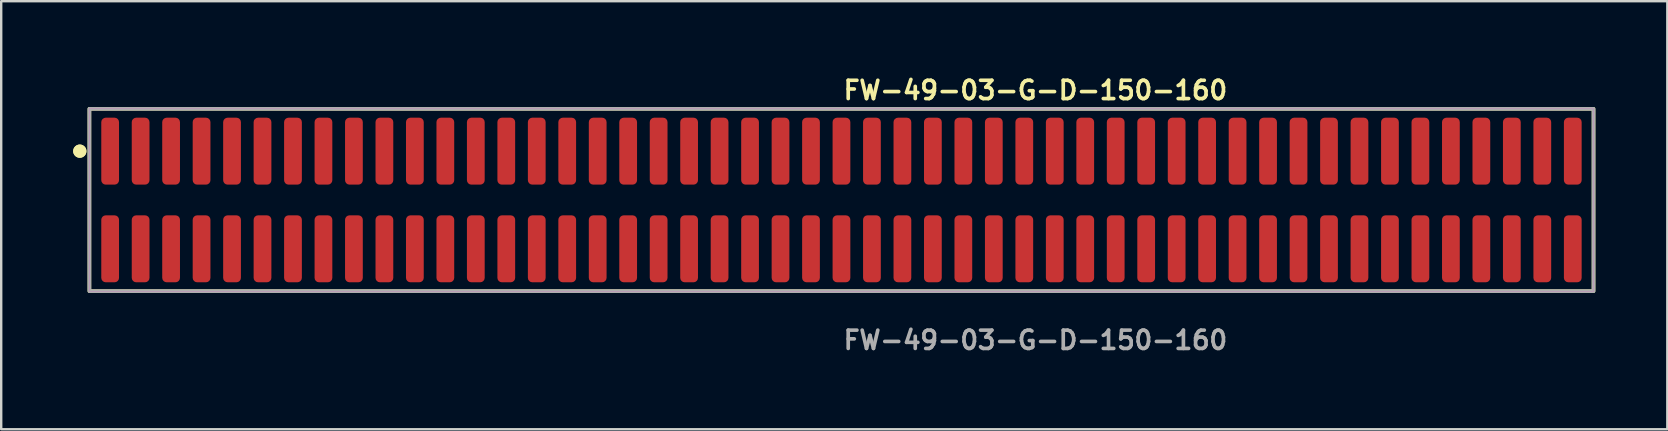
<source format=kicad_pcb>
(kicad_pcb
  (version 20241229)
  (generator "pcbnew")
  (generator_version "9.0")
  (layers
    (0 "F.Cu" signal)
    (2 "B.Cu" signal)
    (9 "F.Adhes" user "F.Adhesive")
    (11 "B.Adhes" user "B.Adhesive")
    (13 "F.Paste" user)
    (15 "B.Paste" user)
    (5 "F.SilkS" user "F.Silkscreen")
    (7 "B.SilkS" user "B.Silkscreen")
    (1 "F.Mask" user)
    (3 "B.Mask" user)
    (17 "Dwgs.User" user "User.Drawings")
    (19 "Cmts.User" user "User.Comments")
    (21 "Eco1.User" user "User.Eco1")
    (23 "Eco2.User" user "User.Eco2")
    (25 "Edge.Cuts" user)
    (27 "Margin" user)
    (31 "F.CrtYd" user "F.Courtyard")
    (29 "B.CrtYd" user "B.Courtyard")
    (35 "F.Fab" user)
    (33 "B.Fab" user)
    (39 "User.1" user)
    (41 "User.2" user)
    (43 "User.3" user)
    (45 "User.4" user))
  (footprint "FW-49-03-G-D-150-160"
    (layer "F.Cu")
    (at 32.021 5.285)
    (property "Reference" "FW-49-03-G-D-150-160" (at 0 -4.572 0) (unlocked yes) (layer "F.SilkS") (effects (font (size 0.762 0.762) (thickness 0.152)) (justify left)))
    (fp_rect (start -31.345 3.8) (end 31.345 -3.8) (stroke (width 0.152) (type solid)) (fill no) (layer "F.SilkS"))
    (fp_circle (center -31.745 -2.035) (end -31.945 -2.035) (stroke (width 0.152) (type solid)) (fill yes) (layer "F.SilkS"))
    (fp_circle (center -31.745 -2.035) (end -31.945 -2.035) (stroke (width 0.152) (type solid)) (fill yes) (layer "F.SilkS"))
    (fp_rect (start -31.345 3.8) (end 31.345 -3.8) (stroke (width 0.006) (type solid)) (fill no) (layer "F.CrtYd"))
    (fp_rect (start -31.345 3.8) (end 31.345 -3.8) (stroke (width 0.152) (type solid)) (fill no) (layer "F.Fab"))
    (fp_text user "${REFERENCE}" (at 0 5.842 0) (unlocked yes) (layer "F.Fab") (effects (font (size 0.762 0.762) (thickness 0.152)) (justify left)))
    (pad "1" smd roundrect (at -30.48 -2.035) (size 0.74 2.79) (layers "F.Cu" "F.Paste") (roundrect_rratio 0.25))
    (pad "2" smd roundrect (at -30.48 2.035) (size 0.74 2.79) (layers "F.Cu" "F.Paste") (roundrect_rratio 0.25))
    (pad "3" smd roundrect (at -29.21 -2.035) (size 0.74 2.79) (layers "F.Cu" "F.Paste") (roundrect_rratio 0.25))
    (pad "4" smd roundrect (at -29.21 2.035) (size 0.74 2.79) (layers "F.Cu" "F.Paste") (roundrect_rratio 0.25))
    (pad "5" smd roundrect (at -27.94 -2.035) (size 0.74 2.79) (layers "F.Cu" "F.Paste") (roundrect_rratio 0.25))
    (pad "6" smd roundrect (at -27.94 2.035) (size 0.74 2.79) (layers "F.Cu" "F.Paste") (roundrect_rratio 0.25))
    (pad "7" smd roundrect (at -26.67 -2.035) (size 0.74 2.79) (layers "F.Cu" "F.Paste") (roundrect_rratio 0.25))
    (pad "8" smd roundrect (at -26.67 2.035) (size 0.74 2.79) (layers "F.Cu" "F.Paste") (roundrect_rratio 0.25))
    (pad "9" smd roundrect (at -25.4 -2.035) (size 0.74 2.79) (layers "F.Cu" "F.Paste") (roundrect_rratio 0.25))
    (pad "10" smd roundrect (at -25.4 2.035) (size 0.74 2.79) (layers "F.Cu" "F.Paste") (roundrect_rratio 0.25))
    (pad "11" smd roundrect (at -24.13 -2.035) (size 0.74 2.79) (layers "F.Cu" "F.Paste") (roundrect_rratio 0.25))
    (pad "12" smd roundrect (at -24.13 2.035) (size 0.74 2.79) (layers "F.Cu" "F.Paste") (roundrect_rratio 0.25))
    (pad "13" smd roundrect (at -22.86 -2.035) (size 0.74 2.79) (layers "F.Cu" "F.Paste") (roundrect_rratio 0.25))
    (pad "14" smd roundrect (at -22.86 2.035) (size 0.74 2.79) (layers "F.Cu" "F.Paste") (roundrect_rratio 0.25))
    (pad "15" smd roundrect (at -21.59 -2.035) (size 0.74 2.79) (layers "F.Cu" "F.Paste") (roundrect_rratio 0.25))
    (pad "16" smd roundrect (at -21.59 2.035) (size 0.74 2.79) (layers "F.Cu" "F.Paste") (roundrect_rratio 0.25))
    (pad "17" smd roundrect (at -20.32 -2.035) (size 0.74 2.79) (layers "F.Cu" "F.Paste") (roundrect_rratio 0.25))
    (pad "18" smd roundrect (at -20.32 2.035) (size 0.74 2.79) (layers "F.Cu" "F.Paste") (roundrect_rratio 0.25))
    (pad "19" smd roundrect (at -19.05 -2.035) (size 0.74 2.79) (layers "F.Cu" "F.Paste") (roundrect_rratio 0.25))
    (pad "20" smd roundrect (at -19.05 2.035) (size 0.74 2.79) (layers "F.Cu" "F.Paste") (roundrect_rratio 0.25))
    (pad "21" smd roundrect (at -17.78 -2.035) (size 0.74 2.79) (layers "F.Cu" "F.Paste") (roundrect_rratio 0.25))
    (pad "22" smd roundrect (at -17.78 2.035) (size 0.74 2.79) (layers "F.Cu" "F.Paste") (roundrect_rratio 0.25))
    (pad "23" smd roundrect (at -16.51 -2.035) (size 0.74 2.79) (layers "F.Cu" "F.Paste") (roundrect_rratio 0.25))
    (pad "24" smd roundrect (at -16.51 2.035) (size 0.74 2.79) (layers "F.Cu" "F.Paste") (roundrect_rratio 0.25))
    (pad "25" smd roundrect (at -15.24 -2.035) (size 0.74 2.79) (layers "F.Cu" "F.Paste") (roundrect_rratio 0.25))
    (pad "26" smd roundrect (at -15.24 2.035) (size 0.74 2.79) (layers "F.Cu" "F.Paste") (roundrect_rratio 0.25))
    (pad "27" smd roundrect (at -13.97 -2.035) (size 0.74 2.79) (layers "F.Cu" "F.Paste") (roundrect_rratio 0.25))
    (pad "28" smd roundrect (at -13.97 2.035) (size 0.74 2.79) (layers "F.Cu" "F.Paste") (roundrect_rratio 0.25))
    (pad "29" smd roundrect (at -12.7 -2.035) (size 0.74 2.79) (layers "F.Cu" "F.Paste") (roundrect_rratio 0.25))
    (pad "30" smd roundrect (at -12.7 2.035) (size 0.74 2.79) (layers "F.Cu" "F.Paste") (roundrect_rratio 0.25))
    (pad "31" smd roundrect (at -11.43 -2.035) (size 0.74 2.79) (layers "F.Cu" "F.Paste") (roundrect_rratio 0.25))
    (pad "32" smd roundrect (at -11.43 2.035) (size 0.74 2.79) (layers "F.Cu" "F.Paste") (roundrect_rratio 0.25))
    (pad "33" smd roundrect (at -10.16 -2.035) (size 0.74 2.79) (layers "F.Cu" "F.Paste") (roundrect_rratio 0.25))
    (pad "34" smd roundrect (at -10.16 2.035) (size 0.74 2.79) (layers "F.Cu" "F.Paste") (roundrect_rratio 0.25))
    (pad "35" smd roundrect (at -8.89 -2.035) (size 0.74 2.79) (layers "F.Cu" "F.Paste") (roundrect_rratio 0.25))
    (pad "36" smd roundrect (at -8.89 2.035) (size 0.74 2.79) (layers "F.Cu" "F.Paste") (roundrect_rratio 0.25))
    (pad "37" smd roundrect (at -7.62 -2.035) (size 0.74 2.79) (layers "F.Cu" "F.Paste") (roundrect_rratio 0.25))
    (pad "38" smd roundrect (at -7.62 2.035) (size 0.74 2.79) (layers "F.Cu" "F.Paste") (roundrect_rratio 0.25))
    (pad "39" smd roundrect (at -6.35 -2.035) (size 0.74 2.79) (layers "F.Cu" "F.Paste") (roundrect_rratio 0.25))
    (pad "40" smd roundrect (at -6.35 2.035) (size 0.74 2.79) (layers "F.Cu" "F.Paste") (roundrect_rratio 0.25))
    (pad "41" smd roundrect (at -5.08 -2.035) (size 0.74 2.79) (layers "F.Cu" "F.Paste") (roundrect_rratio 0.25))
    (pad "42" smd roundrect (at -5.08 2.035) (size 0.74 2.79) (layers "F.Cu" "F.Paste") (roundrect_rratio 0.25))
    (pad "43" smd roundrect (at -3.81 -2.035) (size 0.74 2.79) (layers "F.Cu" "F.Paste") (roundrect_rratio 0.25))
    (pad "44" smd roundrect (at -3.81 2.035) (size 0.74 2.79) (layers "F.Cu" "F.Paste") (roundrect_rratio 0.25))
    (pad "45" smd roundrect (at -2.54 -2.035) (size 0.74 2.79) (layers "F.Cu" "F.Paste") (roundrect_rratio 0.25))
    (pad "46" smd roundrect (at -2.54 2.035) (size 0.74 2.79) (layers "F.Cu" "F.Paste") (roundrect_rratio 0.25))
    (pad "47" smd roundrect (at -1.27 -2.035) (size 0.74 2.79) (layers "F.Cu" "F.Paste") (roundrect_rratio 0.25))
    (pad "48" smd roundrect (at -1.27 2.035) (size 0.74 2.79) (layers "F.Cu" "F.Paste") (roundrect_rratio 0.25))
    (pad "49" smd roundrect (at 0 -2.035) (size 0.74 2.79) (layers "F.Cu" "F.Paste") (roundrect_rratio 0.25))
    (pad "50" smd roundrect (at 0 2.035) (size 0.74 2.79) (layers "F.Cu" "F.Paste") (roundrect_rratio 0.25))
    (pad "51" smd roundrect (at 1.27 -2.035) (size 0.74 2.79) (layers "F.Cu" "F.Paste") (roundrect_rratio 0.25))
    (pad "52" smd roundrect (at 1.27 2.035) (size 0.74 2.79) (layers "F.Cu" "F.Paste") (roundrect_rratio 0.25))
    (pad "53" smd roundrect (at 2.54 -2.035) (size 0.74 2.79) (layers "F.Cu" "F.Paste") (roundrect_rratio 0.25))
    (pad "54" smd roundrect (at 2.54 2.035) (size 0.74 2.79) (layers "F.Cu" "F.Paste") (roundrect_rratio 0.25))
    (pad "55" smd roundrect (at 3.81 -2.035) (size 0.74 2.79) (layers "F.Cu" "F.Paste") (roundrect_rratio 0.25))
    (pad "56" smd roundrect (at 3.81 2.035) (size 0.74 2.79) (layers "F.Cu" "F.Paste") (roundrect_rratio 0.25))
    (pad "57" smd roundrect (at 5.08 -2.035) (size 0.74 2.79) (layers "F.Cu" "F.Paste") (roundrect_rratio 0.25))
    (pad "58" smd roundrect (at 5.08 2.035) (size 0.74 2.79) (layers "F.Cu" "F.Paste") (roundrect_rratio 0.25))
    (pad "59" smd roundrect (at 6.35 -2.035) (size 0.74 2.79) (layers "F.Cu" "F.Paste") (roundrect_rratio 0.25))
    (pad "60" smd roundrect (at 6.35 2.035) (size 0.74 2.79) (layers "F.Cu" "F.Paste") (roundrect_rratio 0.25))
    (pad "61" smd roundrect (at 7.62 -2.035) (size 0.74 2.79) (layers "F.Cu" "F.Paste") (roundrect_rratio 0.25))
    (pad "62" smd roundrect (at 7.62 2.035) (size 0.74 2.79) (layers "F.Cu" "F.Paste") (roundrect_rratio 0.25))
    (pad "63" smd roundrect (at 8.89 -2.035) (size 0.74 2.79) (layers "F.Cu" "F.Paste") (roundrect_rratio 0.25))
    (pad "64" smd roundrect (at 8.89 2.035) (size 0.74 2.79) (layers "F.Cu" "F.Paste") (roundrect_rratio 0.25))
    (pad "65" smd roundrect (at 10.16 -2.035) (size 0.74 2.79) (layers "F.Cu" "F.Paste") (roundrect_rratio 0.25))
    (pad "66" smd roundrect (at 10.16 2.035) (size 0.74 2.79) (layers "F.Cu" "F.Paste") (roundrect_rratio 0.25))
    (pad "67" smd roundrect (at 11.43 -2.035) (size 0.74 2.79) (layers "F.Cu" "F.Paste") (roundrect_rratio 0.25))
    (pad "68" smd roundrect (at 11.43 2.035) (size 0.74 2.79) (layers "F.Cu" "F.Paste") (roundrect_rratio 0.25))
    (pad "69" smd roundrect (at 12.7 -2.035) (size 0.74 2.79) (layers "F.Cu" "F.Paste") (roundrect_rratio 0.25))
    (pad "70" smd roundrect (at 12.7 2.035) (size 0.74 2.79) (layers "F.Cu" "F.Paste") (roundrect_rratio 0.25))
    (pad "71" smd roundrect (at 13.97 -2.035) (size 0.74 2.79) (layers "F.Cu" "F.Paste") (roundrect_rratio 0.25))
    (pad "72" smd roundrect (at 13.97 2.035) (size 0.74 2.79) (layers "F.Cu" "F.Paste") (roundrect_rratio 0.25))
    (pad "73" smd roundrect (at 15.24 -2.035) (size 0.74 2.79) (layers "F.Cu" "F.Paste") (roundrect_rratio 0.25))
    (pad "74" smd roundrect (at 15.24 2.035) (size 0.74 2.79) (layers "F.Cu" "F.Paste") (roundrect_rratio 0.25))
    (pad "75" smd roundrect (at 16.51 -2.035) (size 0.74 2.79) (layers "F.Cu" "F.Paste") (roundrect_rratio 0.25))
    (pad "76" smd roundrect (at 16.51 2.035) (size 0.74 2.79) (layers "F.Cu" "F.Paste") (roundrect_rratio 0.25))
    (pad "77" smd roundrect (at 17.78 -2.035) (size 0.74 2.79) (layers "F.Cu" "F.Paste") (roundrect_rratio 0.25))
    (pad "78" smd roundrect (at 17.78 2.035) (size 0.74 2.79) (layers "F.Cu" "F.Paste") (roundrect_rratio 0.25))
    (pad "79" smd roundrect (at 19.05 -2.035) (size 0.74 2.79) (layers "F.Cu" "F.Paste") (roundrect_rratio 0.25))
    (pad "80" smd roundrect (at 19.05 2.035) (size 0.74 2.79) (layers "F.Cu" "F.Paste") (roundrect_rratio 0.25))
    (pad "81" smd roundrect (at 20.32 -2.035) (size 0.74 2.79) (layers "F.Cu" "F.Paste") (roundrect_rratio 0.25))
    (pad "82" smd roundrect (at 20.32 2.035) (size 0.74 2.79) (layers "F.Cu" "F.Paste") (roundrect_rratio 0.25))
    (pad "83" smd roundrect (at 21.59 -2.035) (size 0.74 2.79) (layers "F.Cu" "F.Paste") (roundrect_rratio 0.25))
    (pad "84" smd roundrect (at 21.59 2.035) (size 0.74 2.79) (layers "F.Cu" "F.Paste") (roundrect_rratio 0.25))
    (pad "85" smd roundrect (at 22.86 -2.035) (size 0.74 2.79) (layers "F.Cu" "F.Paste") (roundrect_rratio 0.25))
    (pad "86" smd roundrect (at 22.86 2.035) (size 0.74 2.79) (layers "F.Cu" "F.Paste") (roundrect_rratio 0.25))
    (pad "87" smd roundrect (at 24.13 -2.035) (size 0.74 2.79) (layers "F.Cu" "F.Paste") (roundrect_rratio 0.25))
    (pad "88" smd roundrect (at 24.13 2.035) (size 0.74 2.79) (layers "F.Cu" "F.Paste") (roundrect_rratio 0.25))
    (pad "89" smd roundrect (at 25.4 -2.035) (size 0.74 2.79) (layers "F.Cu" "F.Paste") (roundrect_rratio 0.25))
    (pad "90" smd roundrect (at 25.4 2.035) (size 0.74 2.79) (layers "F.Cu" "F.Paste") (roundrect_rratio 0.25))
    (pad "91" smd roundrect (at 26.67 -2.035) (size 0.74 2.79) (layers "F.Cu" "F.Paste") (roundrect_rratio 0.25))
    (pad "92" smd roundrect (at 26.67 2.035) (size 0.74 2.79) (layers "F.Cu" "F.Paste") (roundrect_rratio 0.25))
    (pad "93" smd roundrect (at 27.94 -2.035) (size 0.74 2.79) (layers "F.Cu" "F.Paste") (roundrect_rratio 0.25))
    (pad "94" smd roundrect (at 27.94 2.035) (size 0.74 2.79) (layers "F.Cu" "F.Paste") (roundrect_rratio 0.25))
    (pad "95" smd roundrect (at 29.21 -2.035) (size 0.74 2.79) (layers "F.Cu" "F.Paste") (roundrect_rratio 0.25))
    (pad "96" smd roundrect (at 29.21 2.035) (size 0.74 2.79) (layers "F.Cu" "F.Paste") (roundrect_rratio 0.25))
    (pad "97" smd roundrect (at 30.48 -2.035) (size 0.74 2.79) (layers "F.Cu" "F.Paste") (roundrect_rratio 0.25))
    (pad "98" smd roundrect (at 30.48 2.035) (size 0.74 2.79) (layers "F.Cu" "F.Paste") (roundrect_rratio 0.25)))
  (gr_rect
    (start -3 -3)
    (end 66.442 14.84)
    (stroke (width 0.1) (type default))
    (fill no)
    (layer "Edge.Cuts")))
</source>
